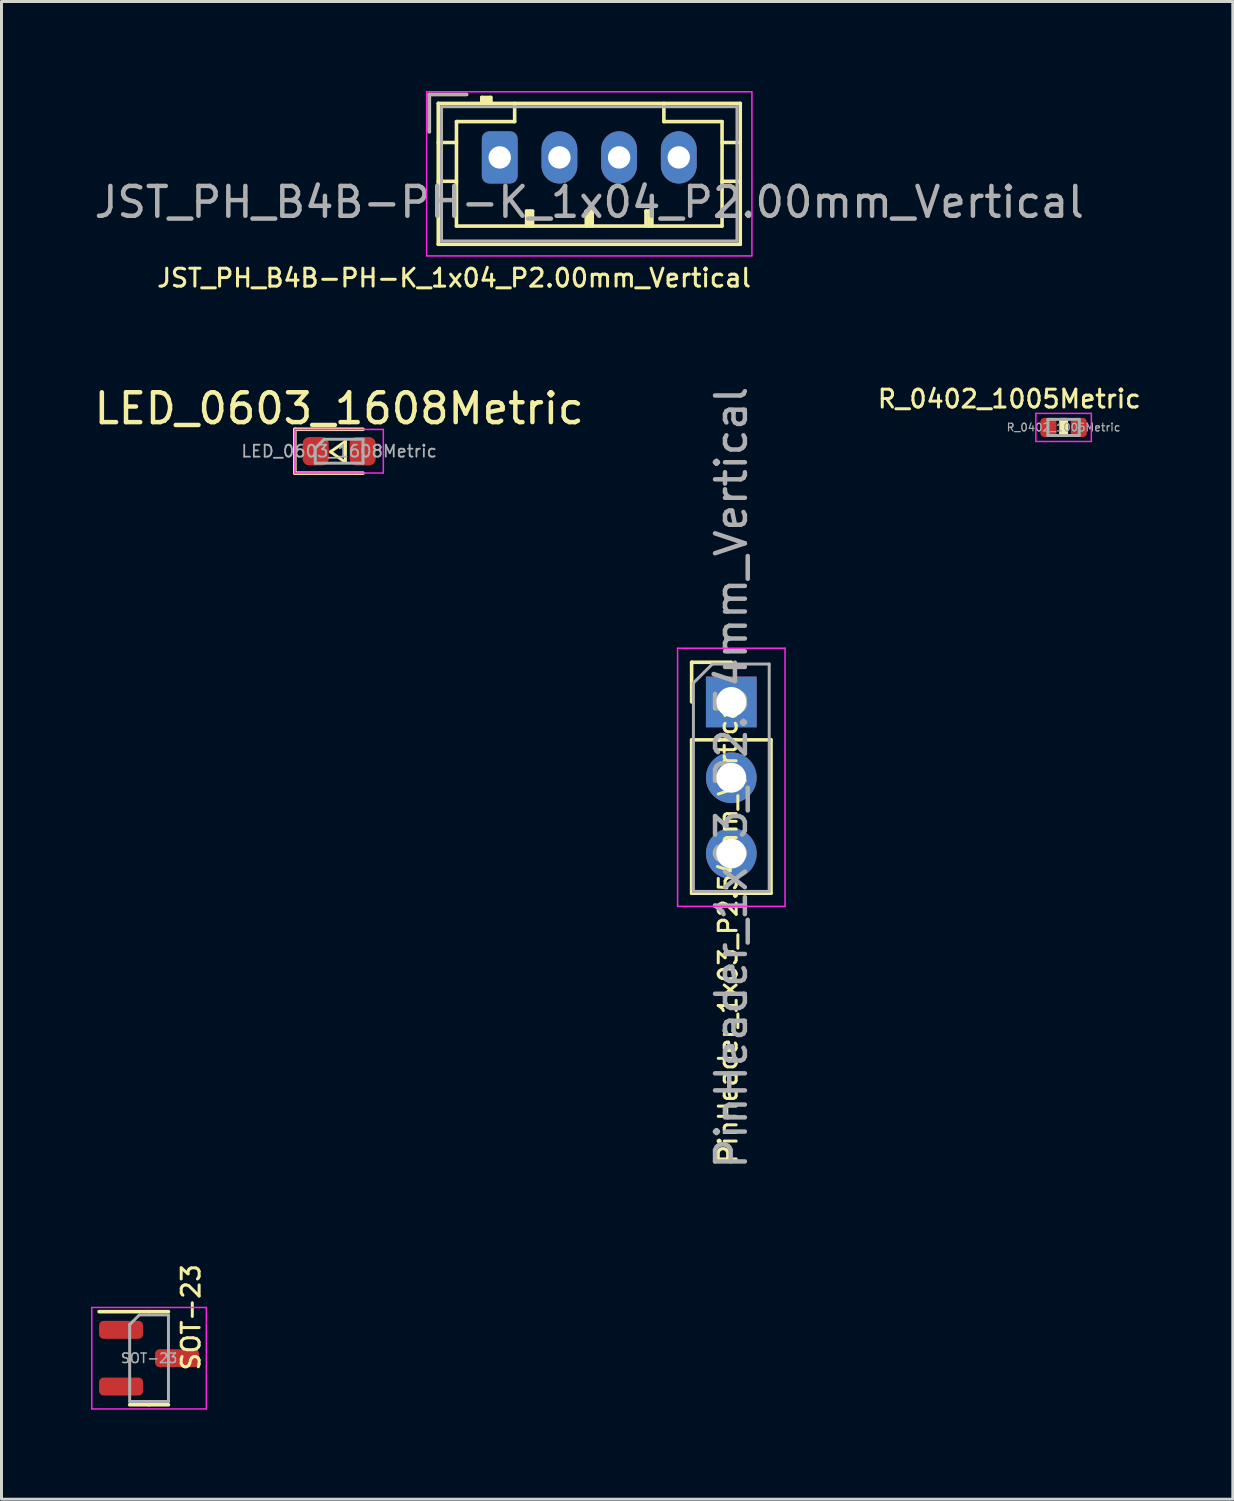
<source format=kicad_pcb>
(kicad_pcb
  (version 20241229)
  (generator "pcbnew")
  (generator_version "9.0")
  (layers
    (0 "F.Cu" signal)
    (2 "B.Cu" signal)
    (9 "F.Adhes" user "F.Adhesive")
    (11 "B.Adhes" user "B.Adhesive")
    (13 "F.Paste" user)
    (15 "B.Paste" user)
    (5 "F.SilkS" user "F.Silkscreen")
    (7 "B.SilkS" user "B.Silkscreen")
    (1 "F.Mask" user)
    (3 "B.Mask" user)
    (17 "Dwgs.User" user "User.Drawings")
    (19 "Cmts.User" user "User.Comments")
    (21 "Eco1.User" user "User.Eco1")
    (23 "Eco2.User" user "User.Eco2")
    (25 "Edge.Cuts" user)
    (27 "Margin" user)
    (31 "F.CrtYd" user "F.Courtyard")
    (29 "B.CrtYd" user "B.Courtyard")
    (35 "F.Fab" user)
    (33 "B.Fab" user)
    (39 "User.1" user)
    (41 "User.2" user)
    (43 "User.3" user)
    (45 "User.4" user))
  (footprint "LED_0603_1608Metric"
    (layer "F.Cu")
    (at 8.315 12.07)
    (property "Reference" "LED_0603_1608Metric" (at 0 -1.43 0) (layer "F.SilkS") (effects (font (size 1 1) (thickness 0.15))))
    (attr smd)
    (fp_line (start -1.485 -0.735) (end -1.485 0.735) (stroke (width 0.12) (type solid)) (layer "F.SilkS"))
    (fp_line (start -1.485 0.735) (end 0.8 0.735) (stroke (width 0.12) (type solid)) (layer "F.SilkS"))
    (fp_line (start -0.29 0.02) (end 0.21 -0.33) (stroke (width 0.1) (type solid)) (layer "F.SilkS"))
    (fp_line (start 0.21 -0.33) (end 0.21 0.37) (stroke (width 0.1) (type solid)) (layer "F.SilkS"))
    (fp_line (start 0.21 0.37) (end -0.29 0.02) (stroke (width 0.1) (type solid)) (layer "F.SilkS"))
    (fp_line (start 0.8 -0.735) (end -1.485 -0.735) (stroke (width 0.12) (type solid)) (layer "F.SilkS"))
    (fp_line (start -1.48 -0.73) (end 1.48 -0.73) (stroke (width 0.05) (type solid)) (layer "F.CrtYd"))
    (fp_line (start -1.48 0.73) (end -1.48 -0.73) (stroke (width 0.05) (type solid)) (layer "F.CrtYd"))
    (fp_line (start 1.48 -0.73) (end 1.48 0.73) (stroke (width 0.05) (type solid)) (layer "F.CrtYd"))
    (fp_line (start 1.48 0.73) (end -1.48 0.73) (stroke (width 0.05) (type solid)) (layer "F.CrtYd"))
    (fp_line (start -0.8 -0.1) (end -0.8 0.4) (stroke (width 0.1) (type solid)) (layer "F.Fab"))
    (fp_line (start -0.8 0.4) (end 0.8 0.4) (stroke (width 0.1) (type solid)) (layer "F.Fab"))
    (fp_line (start -0.5 -0.4) (end -0.8 -0.1) (stroke (width 0.1) (type solid)) (layer "F.Fab"))
    (fp_line (start 0.8 -0.4) (end -0.5 -0.4) (stroke (width 0.1) (type solid)) (layer "F.Fab"))
    (fp_line (start 0.8 0.4) (end 0.8 -0.4) (stroke (width 0.1) (type solid)) (layer "F.Fab"))
    (fp_text user "${REFERENCE}" (at 0 0 0) (layer "F.Fab") (effects (font (size 0.4 0.4) (thickness 0.06))))
    (pad "1" smd roundrect (at -0.787 0) (size 0.875 0.95) (layers "F.Cu" "F.Mask" "F.Paste") (roundrect_rratio 0.25))
    (pad "2" smd roundrect (at 0.787 0) (size 0.875 0.95) (layers "F.Cu" "F.Mask" "F.Paste") (roundrect_rratio 0.25)))
  (footprint "SOT-23"
    (layer "F.Cu")
    (at 1.945 42.463)
    (property "Reference" "SOT-23" (at 1.405 -1.37 90) (layer "F.SilkS") (effects (font (size 0.6 0.6) (thickness 0.1))))
    (attr smd)
    (fp_line (start 0 -1.56) (end -1.675 -1.56) (stroke (width 0.12) (type solid)) (layer "F.SilkS"))
    (fp_line (start 0 -1.56) (end 0.65 -1.56) (stroke (width 0.12) (type solid)) (layer "F.SilkS"))
    (fp_line (start 0 1.56) (end -0.65 1.56) (stroke (width 0.12) (type solid)) (layer "F.SilkS"))
    (fp_line (start 0 1.56) (end 0.65 1.56) (stroke (width 0.12) (type solid)) (layer "F.SilkS"))
    (fp_line (start -1.92 -1.7) (end -1.92 1.7) (stroke (width 0.05) (type solid)) (layer "F.CrtYd"))
    (fp_line (start -1.92 1.7) (end 1.92 1.7) (stroke (width 0.05) (type solid)) (layer "F.CrtYd"))
    (fp_line (start 1.92 -1.7) (end -1.92 -1.7) (stroke (width 0.05) (type solid)) (layer "F.CrtYd"))
    (fp_line (start 1.92 1.7) (end 1.92 -1.7) (stroke (width 0.05) (type solid)) (layer "F.CrtYd"))
    (fp_line (start -0.65 -1.125) (end -0.325 -1.45) (stroke (width 0.1) (type solid)) (layer "F.Fab"))
    (fp_line (start -0.65 1.45) (end -0.65 -1.125) (stroke (width 0.1) (type solid)) (layer "F.Fab"))
    (fp_line (start -0.325 -1.45) (end 0.65 -1.45) (stroke (width 0.1) (type solid)) (layer "F.Fab"))
    (fp_line (start 0.65 -1.45) (end 0.65 1.45) (stroke (width 0.1) (type solid)) (layer "F.Fab"))
    (fp_line (start 0.65 1.45) (end -0.65 1.45) (stroke (width 0.1) (type solid)) (layer "F.Fab"))
    (fp_text user "${REFERENCE}" (at 0 0 0) (layer "F.Fab") (effects (font (size 0.32 0.32) (thickness 0.05))))
    (pad "1" smd roundrect (at -0.938 -0.95) (size 1.475 0.6) (layers "F.Cu" "F.Mask" "F.Paste") (roundrect_rratio 0.25))
    (pad "2" smd roundrect (at -0.938 0.95) (size 1.475 0.6) (layers "F.Cu" "F.Mask" "F.Paste") (roundrect_rratio 0.25))
    (pad "3" smd roundrect (at 0.938 0) (size 1.475 0.6) (layers "F.Cu" "F.Mask" "F.Paste") (roundrect_rratio 0.25)))
  (footprint "R_0402_1005Metric"
    (layer "F.Cu")
    (at 32.591 11.273)
    (property "Reference" "R_0402_1005Metric" (at -1.82 -0.955 0) (layer "F.SilkS") (effects (font (size 0.6 0.6) (thickness 0.1))))
    (attr smd)
    (fp_rect (start -0.1 -0.27) (end 0.1 0.27) (stroke (width 0.1) (type solid)) (fill yes) (layer "F.SilkS"))
    (fp_line (start -0.93 -0.47) (end 0.93 -0.47) (stroke (width 0.05) (type solid)) (layer "F.CrtYd"))
    (fp_line (start -0.93 0.47) (end -0.93 -0.47) (stroke (width 0.05) (type solid)) (layer "F.CrtYd"))
    (fp_line (start 0.93 -0.47) (end 0.93 0.47) (stroke (width 0.05) (type solid)) (layer "F.CrtYd"))
    (fp_line (start 0.93 0.47) (end -0.93 0.47) (stroke (width 0.05) (type solid)) (layer "F.CrtYd"))
    (fp_line (start -0.525 -0.27) (end 0.525 -0.27) (stroke (width 0.1) (type solid)) (layer "F.Fab"))
    (fp_line (start -0.525 0.27) (end -0.525 -0.27) (stroke (width 0.1) (type solid)) (layer "F.Fab"))
    (fp_line (start 0.525 -0.27) (end 0.525 0.27) (stroke (width 0.1) (type solid)) (layer "F.Fab"))
    (fp_line (start 0.525 0.27) (end -0.525 0.27) (stroke (width 0.1) (type solid)) (layer "F.Fab"))
    (fp_text user "${REFERENCE}" (at 0 0 0) (layer "F.Fab") (effects (font (size 0.26 0.26) (thickness 0.04))))
    (pad "1" smd roundrect (at -0.51 0) (size 0.54 0.64) (layers "F.Cu" "F.Mask" "F.Paste") (roundrect_rratio 0.25))
    (pad "2" smd roundrect (at 0.51 0) (size 0.54 0.64) (layers "F.Cu" "F.Mask" "F.Paste") (roundrect_rratio 0.25)))
  (footprint "JST_PH_B4B-PH-K_1x04_P2.00mm_Vertical"
    (layer "F.Cu")
    (at 13.696 2.225)
    (property "Reference" "JST_PH_B4B-PH-K_1x04_P2.00mm_Vertical" (at -1.53 4.04 0) (layer "F.SilkS") (effects (font (size 0.6 0.6) (thickness 0.1))))
    (attr through_hole)
    (fp_line (start -2.36 -2.11) (end -2.36 -0.86) (stroke (width 0.12) (type solid)) (layer "F.SilkS"))
    (fp_line (start -2.06 -1.81) (end -2.06 2.91) (stroke (width 0.12) (type solid)) (layer "F.SilkS"))
    (fp_line (start -2.06 -0.5) (end -1.45 -0.5) (stroke (width 0.12) (type solid)) (layer "F.SilkS"))
    (fp_line (start -2.06 0.8) (end -1.45 0.8) (stroke (width 0.12) (type solid)) (layer "F.SilkS"))
    (fp_line (start -2.06 2.91) (end 8.06 2.91) (stroke (width 0.12) (type solid)) (layer "F.SilkS"))
    (fp_line (start -1.45 -1.2) (end -1.45 2.3) (stroke (width 0.12) (type solid)) (layer "F.SilkS"))
    (fp_line (start -1.45 2.3) (end 7.45 2.3) (stroke (width 0.12) (type solid)) (layer "F.SilkS"))
    (fp_line (start -1.11 -2.11) (end -2.36 -2.11) (stroke (width 0.12) (type solid)) (layer "F.SilkS"))
    (fp_line (start -0.6 -2.01) (end -0.6 -1.81) (stroke (width 0.12) (type solid)) (layer "F.SilkS"))
    (fp_line (start -0.3 -2.01) (end -0.6 -2.01) (stroke (width 0.12) (type solid)) (layer "F.SilkS"))
    (fp_line (start -0.3 -1.91) (end -0.6 -1.91) (stroke (width 0.12) (type solid)) (layer "F.SilkS"))
    (fp_line (start -0.3 -1.81) (end -0.3 -2.01) (stroke (width 0.12) (type solid)) (layer "F.SilkS"))
    (fp_line (start 0.5 -1.81) (end 0.5 -1.2) (stroke (width 0.12) (type solid)) (layer "F.SilkS"))
    (fp_line (start 0.5 -1.2) (end -1.45 -1.2) (stroke (width 0.12) (type solid)) (layer "F.SilkS"))
    (fp_line (start 0.9 1.8) (end 1.1 1.8) (stroke (width 0.12) (type solid)) (layer "F.SilkS"))
    (fp_line (start 0.9 2.3) (end 0.9 1.8) (stroke (width 0.12) (type solid)) (layer "F.SilkS"))
    (fp_line (start 1 2.3) (end 1 1.8) (stroke (width 0.12) (type solid)) (layer "F.SilkS"))
    (fp_line (start 1.1 1.8) (end 1.1 2.3) (stroke (width 0.12) (type solid)) (layer "F.SilkS"))
    (fp_line (start 2.9 1.8) (end 3.1 1.8) (stroke (width 0.12) (type solid)) (layer "F.SilkS"))
    (fp_line (start 2.9 2.3) (end 2.9 1.8) (stroke (width 0.12) (type solid)) (layer "F.SilkS"))
    (fp_line (start 3 2.3) (end 3 1.8) (stroke (width 0.12) (type solid)) (layer "F.SilkS"))
    (fp_line (start 3.1 1.8) (end 3.1 2.3) (stroke (width 0.12) (type solid)) (layer "F.SilkS"))
    (fp_line (start 4.9 1.8) (end 5.1 1.8) (stroke (width 0.12) (type solid)) (layer "F.SilkS"))
    (fp_line (start 4.9 2.3) (end 4.9 1.8) (stroke (width 0.12) (type solid)) (layer "F.SilkS"))
    (fp_line (start 5 2.3) (end 5 1.8) (stroke (width 0.12) (type solid)) (layer "F.SilkS"))
    (fp_line (start 5.1 1.8) (end 5.1 2.3) (stroke (width 0.12) (type solid)) (layer "F.SilkS"))
    (fp_line (start 5.5 -1.2) (end 5.5 -1.81) (stroke (width 0.12) (type solid)) (layer "F.SilkS"))
    (fp_line (start 7.45 -1.2) (end 5.5 -1.2) (stroke (width 0.12) (type solid)) (layer "F.SilkS"))
    (fp_line (start 7.45 2.3) (end 7.45 -1.2) (stroke (width 0.12) (type solid)) (layer "F.SilkS"))
    (fp_line (start 8.06 -1.81) (end -2.06 -1.81) (stroke (width 0.12) (type solid)) (layer "F.SilkS"))
    (fp_line (start 8.06 -0.5) (end 7.45 -0.5) (stroke (width 0.12) (type solid)) (layer "F.SilkS"))
    (fp_line (start 8.06 0.8) (end 7.45 0.8) (stroke (width 0.12) (type solid)) (layer "F.SilkS"))
    (fp_line (start 8.06 2.91) (end 8.06 -1.81) (stroke (width 0.12) (type solid)) (layer "F.SilkS"))
    (fp_line (start -2.45 -2.2) (end -2.45 3.3) (stroke (width 0.05) (type solid)) (layer "F.CrtYd"))
    (fp_line (start -2.45 3.3) (end 8.45 3.3) (stroke (width 0.05) (type solid)) (layer "F.CrtYd"))
    (fp_line (start 8.45 -2.2) (end -2.45 -2.2) (stroke (width 0.05) (type solid)) (layer "F.CrtYd"))
    (fp_line (start 8.45 3.3) (end 8.45 -2.2) (stroke (width 0.05) (type solid)) (layer "F.CrtYd"))
    (fp_line (start -2.36 -2.11) (end -2.36 -0.86) (stroke (width 0.1) (type solid)) (layer "F.Fab"))
    (fp_line (start -1.95 -1.7) (end -1.95 2.8) (stroke (width 0.1) (type solid)) (layer "F.Fab"))
    (fp_line (start -1.95 2.8) (end 7.95 2.8) (stroke (width 0.1) (type solid)) (layer "F.Fab"))
    (fp_line (start -1.11 -2.11) (end -2.36 -2.11) (stroke (width 0.1) (type solid)) (layer "F.Fab"))
    (fp_line (start 7.95 -1.7) (end -1.95 -1.7) (stroke (width 0.1) (type solid)) (layer "F.Fab"))
    (fp_line (start 7.95 2.8) (end 7.95 -1.7) (stroke (width 0.1) (type solid)) (layer "F.Fab"))
    (fp_text user "${REFERENCE}" (at 3 1.5 0) (layer "F.Fab") (effects (font (size 1 1) (thickness 0.15))))
    (pad "1" thru_hole roundrect (at 0 0) (size 1.2 1.75) (drill 0.75) (layers "*.Cu" "*.Mask") (roundrect_rratio 0.208))
    (pad "2" thru_hole oval (at 2 0) (size 1.2 1.75) (drill 0.75) (layers "*.Cu" "*.Mask"))
    (pad "3" thru_hole oval (at 4 0) (size 1.2 1.75) (drill 0.75) (layers "*.Cu" "*.Mask"))
    (pad "4" thru_hole oval (at 6 0) (size 1.2 1.75) (drill 0.75) (layers "*.Cu" "*.Mask")))
  (footprint "PinHeader_1x03_P2.54mm_Vertical"
    (layer "F.Cu")
    (at 21.456 20.472)
    (property "Reference" "PinHeader_1x03_P2.54mm_Vertical" (at -0.11 7.6 270) (layer "F.SilkS") (effects (font (size 0.6 0.6) (thickness 0.1))))
    (attr through_hole)
    (fp_line (start -1.33 -1.33) (end 0 -1.33) (stroke (width 0.12) (type solid)) (layer "F.SilkS"))
    (fp_line (start -1.33 0) (end -1.33 -1.33) (stroke (width 0.12) (type solid)) (layer "F.SilkS"))
    (fp_line (start -1.33 1.27) (end -1.33 6.41) (stroke (width 0.12) (type solid)) (layer "F.SilkS"))
    (fp_line (start -1.33 1.27) (end 1.33 1.27) (stroke (width 0.12) (type solid)) (layer "F.SilkS"))
    (fp_line (start -1.33 6.41) (end 1.33 6.41) (stroke (width 0.12) (type solid)) (layer "F.SilkS"))
    (fp_line (start 1.33 1.27) (end 1.33 6.41) (stroke (width 0.12) (type solid)) (layer "F.SilkS"))
    (fp_line (start -1.8 -1.8) (end -1.8 6.85) (stroke (width 0.05) (type solid)) (layer "F.CrtYd"))
    (fp_line (start -1.8 6.85) (end 1.8 6.85) (stroke (width 0.05) (type solid)) (layer "F.CrtYd"))
    (fp_line (start 1.8 -1.8) (end -1.8 -1.8) (stroke (width 0.05) (type solid)) (layer "F.CrtYd"))
    (fp_line (start 1.8 6.85) (end 1.8 -1.8) (stroke (width 0.05) (type solid)) (layer "F.CrtYd"))
    (fp_line (start -1.27 -0.635) (end -0.635 -1.27) (stroke (width 0.1) (type solid)) (layer "F.Fab"))
    (fp_line (start -1.27 6.35) (end -1.27 -0.635) (stroke (width 0.1) (type solid)) (layer "F.Fab"))
    (fp_line (start -0.635 -1.27) (end 1.27 -1.27) (stroke (width 0.1) (type solid)) (layer "F.Fab"))
    (fp_line (start 1.27 -1.27) (end 1.27 6.35) (stroke (width 0.1) (type solid)) (layer "F.Fab"))
    (fp_line (start 1.27 6.35) (end -1.27 6.35) (stroke (width 0.1) (type solid)) (layer "F.Fab"))
    (fp_text user "${REFERENCE}" (at 0 2.54 90) (layer "F.Fab") (effects (font (size 1 1) (thickness 0.15))))
    (pad "1" thru_hole rect (at 0 0) (size 1.7 1.7) (drill 1) (layers "*.Cu" "*.Mask"))
    (pad "2" thru_hole oval (at 0 2.54) (size 1.7 1.7) (drill 1) (layers "*.Cu" "*.Mask"))
    (pad "3" thru_hole oval (at 0 5.08) (size 1.7 1.7) (drill 1) (layers "*.Cu" "*.Mask")))
  (gr_rect
    (start -3 -3)
    (end 38.261 47.188)
    (stroke (width 0.1) (type default))
    (fill no)
    (layer "Edge.Cuts")))
</source>
